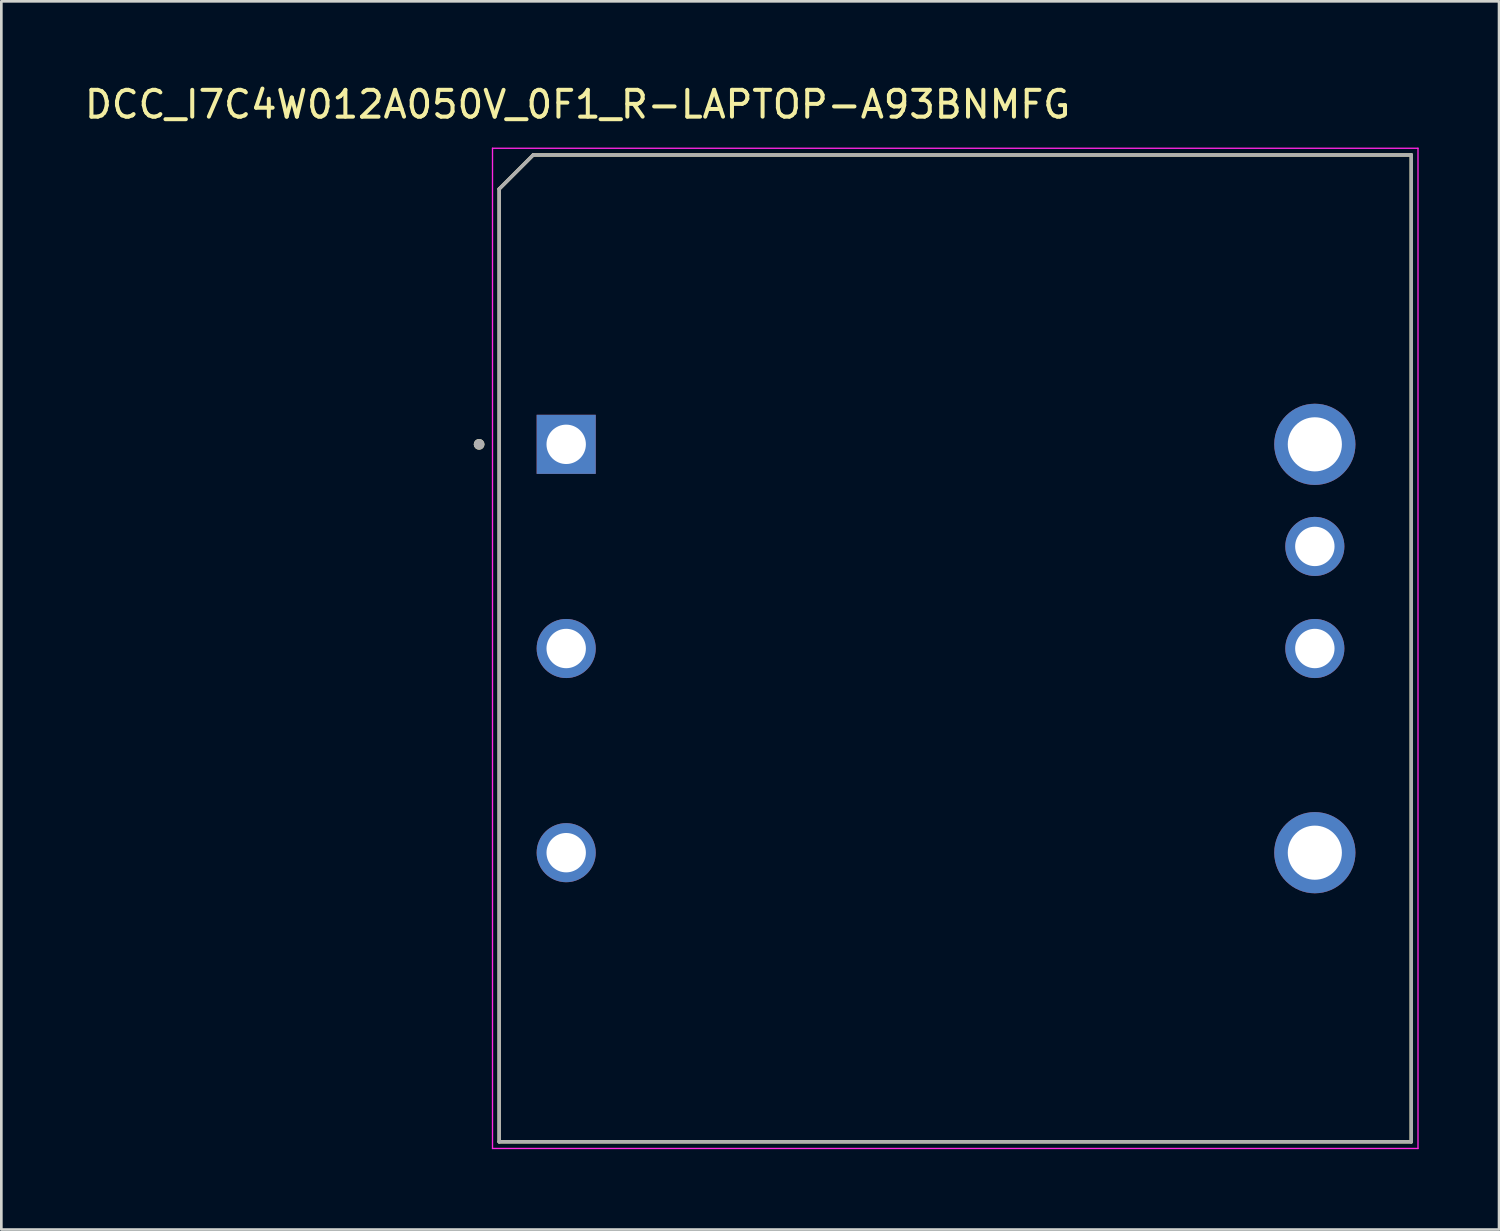
<source format=kicad_pcb>
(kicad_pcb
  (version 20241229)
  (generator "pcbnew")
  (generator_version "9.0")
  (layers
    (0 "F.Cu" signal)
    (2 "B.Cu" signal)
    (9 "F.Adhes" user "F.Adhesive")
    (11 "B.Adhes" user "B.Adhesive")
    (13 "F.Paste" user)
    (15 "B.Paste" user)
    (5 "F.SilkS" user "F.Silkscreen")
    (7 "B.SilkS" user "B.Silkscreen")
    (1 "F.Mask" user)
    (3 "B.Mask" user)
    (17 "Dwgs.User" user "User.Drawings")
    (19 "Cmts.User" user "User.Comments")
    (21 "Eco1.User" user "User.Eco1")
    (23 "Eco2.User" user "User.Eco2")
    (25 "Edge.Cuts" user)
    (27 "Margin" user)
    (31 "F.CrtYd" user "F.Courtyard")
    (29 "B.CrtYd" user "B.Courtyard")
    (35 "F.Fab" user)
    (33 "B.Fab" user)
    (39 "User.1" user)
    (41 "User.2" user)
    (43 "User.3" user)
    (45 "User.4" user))
  (footprint "DCC_I7C4W012A050V_0F1_R-LAPTOP-A93BNMFG"
    (layer "F.Cu")
    (at 32.051 21.148)
    (property "Reference" "DCC_I7C4W012A050V_0F1_R-LAPTOP-A93BNMFG" (at -13.545 -20.3 0) (layer "F.SilkS") (effects (font (size 1 1) (thickness 0.15))))
    (attr through_hole)
    (fp_line (start -16.47 -17.145) (end -15.2 -18.415) (stroke (width 0.127) (type solid)) (layer "F.SilkS"))
    (fp_line (start -16.47 18.415) (end -16.47 -17.145) (stroke (width 0.127) (type solid)) (layer "F.SilkS"))
    (fp_line (start -15.2 -18.415) (end 17.57 -18.415) (stroke (width 0.127) (type solid)) (layer "F.SilkS"))
    (fp_line (start 17.57 -18.415) (end 17.57 18.415) (stroke (width 0.127) (type solid)) (layer "F.SilkS"))
    (fp_line (start 17.57 18.415) (end -16.47 18.415) (stroke (width 0.127) (type solid)) (layer "F.SilkS"))
    (fp_circle (center -17.22 -7.615) (end -17.12 -7.615) (stroke (width 0.2) (type solid)) (fill no) (layer "F.SilkS"))
    (fp_line (start -16.72 -18.665) (end -16.72 18.665) (stroke (width 0.05) (type solid)) (layer "F.CrtYd"))
    (fp_line (start -16.72 18.665) (end 17.82 18.665) (stroke (width 0.05) (type solid)) (layer "F.CrtYd"))
    (fp_line (start 17.82 -18.665) (end -16.72 -18.665) (stroke (width 0.05) (type solid)) (layer "F.CrtYd"))
    (fp_line (start 17.82 18.665) (end 17.82 -18.665) (stroke (width 0.05) (type solid)) (layer "F.CrtYd"))
    (fp_line (start -16.47 -17.145) (end -15.2 -18.415) (stroke (width 0.127) (type solid)) (layer "F.Fab"))
    (fp_line (start -16.47 18.415) (end -16.47 -17.145) (stroke (width 0.127) (type solid)) (layer "F.Fab"))
    (fp_line (start -15.2 -18.415) (end 17.57 -18.415) (stroke (width 0.127) (type solid)) (layer "F.Fab"))
    (fp_line (start 17.57 -18.415) (end 17.57 18.415) (stroke (width 0.127) (type solid)) (layer "F.Fab"))
    (fp_line (start 17.57 18.415) (end -16.47 18.415) (stroke (width 0.127) (type solid)) (layer "F.Fab"))
    (fp_circle (center -17.22 -7.615) (end -17.12 -7.615) (stroke (width 0.2) (type solid)) (fill no) (layer "F.Fab"))
    (pad "1" thru_hole rect (at -13.97 -7.615) (size 2.205 2.205) (drill 1.47) (layers "*.Cu" "*.Mask"))
    (pad "2" thru_hole circle (at -13.97 0.005) (size 2.205 2.205) (drill 1.47) (layers "*.Cu" "*.Mask"))
    (pad "3" thru_hole circle (at -13.97 7.625) (size 2.205 2.205) (drill 1.47) (layers "*.Cu" "*.Mask"))
    (pad "4" thru_hole circle (at 13.97 7.625) (size 3.03 3.03) (drill 2.02) (layers "*.Cu" "*.Mask"))
    (pad "6" thru_hole circle (at 13.97 0.005) (size 2.205 2.205) (drill 1.47) (layers "*.Cu" "*.Mask"))
    (pad "7" thru_hole circle (at 13.97 -3.805) (size 2.205 2.205) (drill 1.47) (layers "*.Cu" "*.Mask"))
    (pad "8" thru_hole circle (at 13.97 -7.615) (size 3.03 3.03) (drill 2.02) (layers "*.Cu" "*.Mask")))
  (gr_rect
    (start -3 -3)
    (end 52.896 42.838)
    (stroke (width 0.1) (type default))
    (fill no)
    (layer "Edge.Cuts")))
</source>
